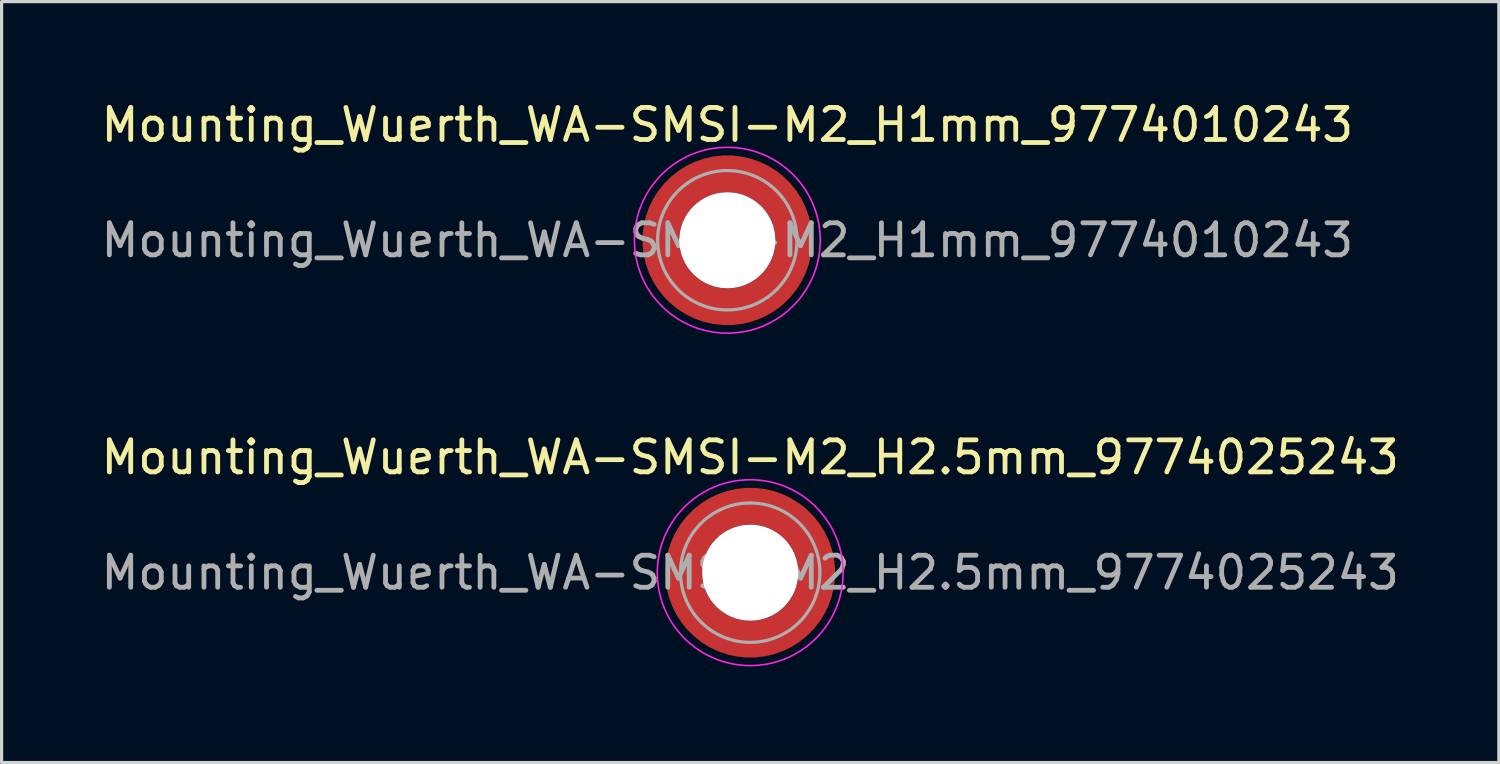
<source format=kicad_pcb>
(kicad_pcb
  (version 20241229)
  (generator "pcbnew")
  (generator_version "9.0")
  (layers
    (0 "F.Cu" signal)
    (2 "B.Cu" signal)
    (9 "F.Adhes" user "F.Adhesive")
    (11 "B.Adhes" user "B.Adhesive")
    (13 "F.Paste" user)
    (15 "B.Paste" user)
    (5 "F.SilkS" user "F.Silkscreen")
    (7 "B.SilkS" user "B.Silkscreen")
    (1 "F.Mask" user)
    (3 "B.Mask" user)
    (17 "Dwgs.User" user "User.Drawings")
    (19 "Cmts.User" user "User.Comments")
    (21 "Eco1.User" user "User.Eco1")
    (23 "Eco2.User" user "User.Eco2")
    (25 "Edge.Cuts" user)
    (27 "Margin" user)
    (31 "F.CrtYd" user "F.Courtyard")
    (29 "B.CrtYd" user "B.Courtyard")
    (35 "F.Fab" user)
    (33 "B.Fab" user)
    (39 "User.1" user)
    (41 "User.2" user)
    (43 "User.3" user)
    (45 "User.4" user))
  (footprint "Mounting_Wuerth_WA-SMSI-M2_H1mm_9774010243"
    (layer "F.Cu")
    (at 19.649 4.448)
    (property "Reference" "Mounting_Wuerth_WA-SMSI-M2_H1mm_9774010243" (at 0 -3.6 0) (layer "F.SilkS") (effects (font (size 1 1) (thickness 0.15))))
    (attr smd)
    (fp_circle (center 0 0) (end 2.9 0) (stroke (width 0.05) (type solid)) (fill no) (layer "F.CrtYd"))
    (fp_circle (center 0 0) (end 2.175 0) (stroke (width 0.1) (type solid)) (fill no) (layer "F.Fab"))
    (fp_text user "${REFERENCE}" (at 0 0 0) (layer "F.Fab") (effects (font (size 1 1) (thickness 0.15))))
    (pad "" smd custom (at -1.453 -1.453) (size 0.61 0.61) (layers "F.Paste") (options (anchor circle)) (primitives (gr_arc (start -0.147677 1.053104) (mid 0.285964 0.286792) (end 1.051968 -0.147393) (width 0.2)) (gr_arc (start -0.240295 1.053104) (mid 0.22253 0.222946) (end 1.052531 -0.24016) (width 0.2)) (gr_arc (start -0.332645 1.053104) (mid 0.158548 0.15965) (end 1.051583 -0.332304) (width 0.2)) (gr_arc (start -0.424767 1.053104) (mid 0.09486 0.096059) (end 1.051446 -0.424413) (width 0.2)) (gr_arc (start -0.516693 1.053104) (mid 0.031293 0.032346) (end 1.051645 -0.516396) (width 0.2)) (gr_arc (start -0.608448 1.053104) (mid -0.032323 -0.031316) (end 1.051707 -0.608176) (width 0.2)) (gr_arc (start -0.700056 1.053104) (mid -0.09616 -0.094758) (end 1.051155 -0.699693) (width 0.2)) (gr_arc (start -0.791534 1.053104) (mid -0.160388 -0.15781) (end 1.049515 -0.790891) (width 0.2)) (gr_arc (start -0.882896 1.053104) (mid -0.223713 -0.221764) (end 1.050388 -0.882429) (width 0.2)) (gr_arc (start -0.974157 1.053104) (mid -0.287654 -0.2851) (end 1.049541 -0.973566) (width 0.2)) (gr_line (start 1.053 -0.148) (end 1.053 -0.974) (width 0.2)) (gr_line (start -0.148 1.053) (end -0.974 1.053) (width 0.2))))
    (pad "" smd custom (at -1.453 1.453) (size 0.61 0.61) (layers "F.Paste") (options (anchor circle)) (primitives (gr_arc (start 1.053104 0.147677) (mid 0.286792 -0.285964) (end -0.147393 -1.051968) (width 0.2)) (gr_arc (start 1.053104 0.240295) (mid 0.222946 -0.22253) (end -0.24016 -1.052531) (width 0.2)) (gr_arc (start 1.053104 0.332645) (mid 0.15965 -0.158548) (end -0.332304 -1.051583) (width 0.2)) (gr_arc (start 1.053104 0.424767) (mid 0.096059 -0.09486) (end -0.424413 -1.051446) (width 0.2)) (gr_arc (start 1.053104 0.516693) (mid 0.032346 -0.031293) (end -0.516396 -1.051645) (width 0.2)) (gr_arc (start 1.053104 0.608448) (mid -0.031316 0.032323) (end -0.608176 -1.051707) (width 0.2)) (gr_arc (start 1.053104 0.700056) (mid -0.094758 0.09616) (end -0.699693 -1.051155) (width 0.2)) (gr_arc (start 1.053104 0.791534) (mid -0.15781 0.160388) (end -0.790891 -1.049515) (width 0.2)) (gr_arc (start 1.053104 0.882896) (mid -0.221765 0.223713) (end -0.882429 -1.050388) (width 0.2)) (gr_arc (start 1.053104 0.974157) (mid -0.2851 0.287654) (end -0.973566 -1.049541) (width 0.2)) (gr_line (start -0.148 -1.053) (end -0.974 -1.053) (width 0.2)) (gr_line (start 1.053 0.148) (end 1.053 0.974) (width 0.2))))
    (pad "" np_thru_hole circle (at 0 0) (size 3 3) (drill 3) (layers "*.Cu" "*.Mask"))
    (pad "" smd custom (at 1.453 -1.453) (size 0.61 0.61) (layers "F.Paste") (options (anchor circle)) (primitives (gr_arc (start -1.053104 -0.147677) (mid -0.286792 0.285964) (end 0.147393 1.051968) (width 0.2)) (gr_arc (start -1.053104 -0.240295) (mid -0.222946 0.22253) (end 0.24016 1.052531) (width 0.2)) (gr_arc (start -1.053104 -0.332645) (mid -0.15965 0.158548) (end 0.332304 1.051583) (width 0.2)) (gr_arc (start -1.053104 -0.424767) (mid -0.096059 0.09486) (end 0.424413 1.051446) (width 0.2)) (gr_arc (start -1.053104 -0.516693) (mid -0.032346 0.031293) (end 0.516396 1.051645) (width 0.2)) (gr_arc (start -1.053104 -0.608448) (mid 0.031316 -0.032323) (end 0.608176 1.051707) (width 0.2)) (gr_arc (start -1.053104 -0.700056) (mid 0.094758 -0.09616) (end 0.699693 1.051155) (width 0.2)) (gr_arc (start -1.053104 -0.791534) (mid 0.15781 -0.160388) (end 0.790891 1.049515) (width 0.2)) (gr_arc (start -1.053104 -0.882896) (mid 0.221764 -0.223713) (end 0.882429 1.050388) (width 0.2)) (gr_arc (start -1.053104 -0.974157) (mid 0.2851 -0.287654) (end 0.973566 1.049541) (width 0.2)) (gr_line (start 0.148 1.053) (end 0.974 1.053) (width 0.2)) (gr_line (start -1.053 -0.148) (end -1.053 -0.974) (width 0.2))))
    (pad "" smd custom (at 1.453 1.453) (size 0.61 0.61) (layers "F.Paste") (options (anchor circle)) (primitives (gr_arc (start 0.147677 -1.053104) (mid -0.285964 -0.286792) (end -1.051968 0.147393) (width 0.2)) (gr_arc (start 0.240295 -1.053104) (mid -0.22253 -0.222946) (end -1.052531 0.24016) (width 0.2)) (gr_arc (start 0.332645 -1.053104) (mid -0.158548 -0.15965) (end -1.051583 0.332304) (width 0.2)) (gr_arc (start 0.424767 -1.053104) (mid -0.09486 -0.096059) (end -1.051446 0.424413) (width 0.2)) (gr_arc (start 0.516693 -1.053104) (mid -0.031293 -0.032346) (end -1.051645 0.516396) (width 0.2)) (gr_arc (start 0.608448 -1.053104) (mid 0.032323 0.031316) (end -1.051707 0.608176) (width 0.2)) (gr_arc (start 0.700056 -1.053104) (mid 0.09616 0.094758) (end -1.051155 0.699693) (width 0.2)) (gr_arc (start 0.791534 -1.053104) (mid 0.160388 0.15781) (end -1.049515 0.790891) (width 0.2)) (gr_arc (start 0.882896 -1.053104) (mid 0.223713 0.221764) (end -1.050388 0.882429) (width 0.2)) (gr_arc (start 0.974157 -1.053104) (mid 0.287654 0.2851) (end -1.049541 0.973566) (width 0.2)) (gr_line (start -1.053 0.148) (end -1.053 0.974) (width 0.2)) (gr_line (start 0.148 -1.053) (end 0.974 -1.053) (width 0.2))))
    (pad "1" smd circle (at -2.075 0) (size 0.75 0.75) (layers "F.Cu"))
    (pad "1" smd circle (at 0 -2.075) (size 0.75 0.75) (layers "F.Cu"))
    (pad "1" smd circle (at 0 2.075) (size 0.75 0.75) (layers "F.Cu"))
    (pad "1" smd custom (at 2.075 0) (size 0.75 0.75) (layers "F.Cu" "F.Mask") (options (anchor circle)) (primitives (gr_circle (center -2.075 0) (end 0 0) (width 1.15) (fill no)))))
  (footprint "Mounting_Wuerth_WA-SMSI-M2_H2.5mm_9774025243"
    (layer "F.Cu")
    (at 20.363 14.822)
    (property "Reference" "Mounting_Wuerth_WA-SMSI-M2_H2.5mm_9774025243" (at 0 -3.6 0) (layer "F.SilkS") (effects (font (size 1 1) (thickness 0.15))))
    (attr smd)
    (fp_circle (center 0 0) (end 2.9 0) (stroke (width 0.05) (type solid)) (fill no) (layer "F.CrtYd"))
    (fp_circle (center 0 0) (end 2.175 0) (stroke (width 0.1) (type solid)) (fill no) (layer "F.Fab"))
    (fp_text user "${REFERENCE}" (at 0 0 0) (layer "F.Fab") (effects (font (size 1 1) (thickness 0.15))))
    (pad "" smd custom (at -1.453 -1.453) (size 0.61 0.61) (layers "F.Paste") (options (anchor circle)) (primitives (gr_arc (start -0.147677 1.053104) (mid 0.285964 0.286792) (end 1.051968 -0.147393) (width 0.2)) (gr_arc (start -0.240295 1.053104) (mid 0.22253 0.222946) (end 1.052531 -0.24016) (width 0.2)) (gr_arc (start -0.332645 1.053104) (mid 0.158548 0.15965) (end 1.051583 -0.332304) (width 0.2)) (gr_arc (start -0.424767 1.053104) (mid 0.09486 0.096059) (end 1.051446 -0.424413) (width 0.2)) (gr_arc (start -0.516693 1.053104) (mid 0.031293 0.032346) (end 1.051645 -0.516396) (width 0.2)) (gr_arc (start -0.608448 1.053104) (mid -0.032323 -0.031316) (end 1.051707 -0.608176) (width 0.2)) (gr_arc (start -0.700056 1.053104) (mid -0.09616 -0.094758) (end 1.051155 -0.699693) (width 0.2)) (gr_arc (start -0.791534 1.053104) (mid -0.160388 -0.15781) (end 1.049515 -0.790891) (width 0.2)) (gr_arc (start -0.882896 1.053104) (mid -0.223713 -0.221764) (end 1.050388 -0.882429) (width 0.2)) (gr_arc (start -0.974157 1.053104) (mid -0.287654 -0.2851) (end 1.049541 -0.973566) (width 0.2)) (gr_line (start 1.053 -0.148) (end 1.053 -0.974) (width 0.2)) (gr_line (start -0.148 1.053) (end -0.974 1.053) (width 0.2))))
    (pad "" smd custom (at -1.453 1.453) (size 0.61 0.61) (layers "F.Paste") (options (anchor circle)) (primitives (gr_arc (start 1.053104 0.147677) (mid 0.286792 -0.285964) (end -0.147393 -1.051968) (width 0.2)) (gr_arc (start 1.053104 0.240295) (mid 0.222946 -0.22253) (end -0.24016 -1.052531) (width 0.2)) (gr_arc (start 1.053104 0.332645) (mid 0.15965 -0.158548) (end -0.332304 -1.051583) (width 0.2)) (gr_arc (start 1.053104 0.424767) (mid 0.096059 -0.09486) (end -0.424413 -1.051446) (width 0.2)) (gr_arc (start 1.053104 0.516693) (mid 0.032346 -0.031293) (end -0.516396 -1.051645) (width 0.2)) (gr_arc (start 1.053104 0.608448) (mid -0.031316 0.032323) (end -0.608176 -1.051707) (width 0.2)) (gr_arc (start 1.053104 0.700056) (mid -0.094758 0.09616) (end -0.699693 -1.051155) (width 0.2)) (gr_arc (start 1.053104 0.791534) (mid -0.15781 0.160388) (end -0.790891 -1.049515) (width 0.2)) (gr_arc (start 1.053104 0.882896) (mid -0.221765 0.223713) (end -0.882429 -1.050388) (width 0.2)) (gr_arc (start 1.053104 0.974157) (mid -0.2851 0.287654) (end -0.973566 -1.049541) (width 0.2)) (gr_line (start -0.148 -1.053) (end -0.974 -1.053) (width 0.2)) (gr_line (start 1.053 0.148) (end 1.053 0.974) (width 0.2))))
    (pad "" np_thru_hole circle (at 0 0) (size 3 3) (drill 3) (layers "*.Cu" "*.Mask"))
    (pad "" smd custom (at 1.453 -1.453) (size 0.61 0.61) (layers "F.Paste") (options (anchor circle)) (primitives (gr_arc (start -1.053104 -0.147677) (mid -0.286792 0.285964) (end 0.147393 1.051968) (width 0.2)) (gr_arc (start -1.053104 -0.240295) (mid -0.222946 0.22253) (end 0.24016 1.052531) (width 0.2)) (gr_arc (start -1.053104 -0.332645) (mid -0.15965 0.158548) (end 0.332304 1.051583) (width 0.2)) (gr_arc (start -1.053104 -0.424767) (mid -0.096059 0.09486) (end 0.424413 1.051446) (width 0.2)) (gr_arc (start -1.053104 -0.516693) (mid -0.032346 0.031293) (end 0.516396 1.051645) (width 0.2)) (gr_arc (start -1.053104 -0.608448) (mid 0.031316 -0.032323) (end 0.608176 1.051707) (width 0.2)) (gr_arc (start -1.053104 -0.700056) (mid 0.094758 -0.09616) (end 0.699693 1.051155) (width 0.2)) (gr_arc (start -1.053104 -0.791534) (mid 0.15781 -0.160388) (end 0.790891 1.049515) (width 0.2)) (gr_arc (start -1.053104 -0.882896) (mid 0.221764 -0.223713) (end 0.882429 1.050388) (width 0.2)) (gr_arc (start -1.053104 -0.974157) (mid 0.2851 -0.287654) (end 0.973566 1.049541) (width 0.2)) (gr_line (start 0.148 1.053) (end 0.974 1.053) (width 0.2)) (gr_line (start -1.053 -0.148) (end -1.053 -0.974) (width 0.2))))
    (pad "" smd custom (at 1.453 1.453) (size 0.61 0.61) (layers "F.Paste") (options (anchor circle)) (primitives (gr_arc (start 0.147677 -1.053104) (mid -0.285964 -0.286792) (end -1.051968 0.147393) (width 0.2)) (gr_arc (start 0.240295 -1.053104) (mid -0.22253 -0.222946) (end -1.052531 0.24016) (width 0.2)) (gr_arc (start 0.332645 -1.053104) (mid -0.158548 -0.15965) (end -1.051583 0.332304) (width 0.2)) (gr_arc (start 0.424767 -1.053104) (mid -0.09486 -0.096059) (end -1.051446 0.424413) (width 0.2)) (gr_arc (start 0.516693 -1.053104) (mid -0.031293 -0.032346) (end -1.051645 0.516396) (width 0.2)) (gr_arc (start 0.608448 -1.053104) (mid 0.032323 0.031316) (end -1.051707 0.608176) (width 0.2)) (gr_arc (start 0.700056 -1.053104) (mid 0.09616 0.094758) (end -1.051155 0.699693) (width 0.2)) (gr_arc (start 0.791534 -1.053104) (mid 0.160388 0.15781) (end -1.049515 0.790891) (width 0.2)) (gr_arc (start 0.882896 -1.053104) (mid 0.223713 0.221764) (end -1.050388 0.882429) (width 0.2)) (gr_arc (start 0.974157 -1.053104) (mid 0.287654 0.2851) (end -1.049541 0.973566) (width 0.2)) (gr_line (start -1.053 0.148) (end -1.053 0.974) (width 0.2)) (gr_line (start 0.148 -1.053) (end 0.974 -1.053) (width 0.2))))
    (pad "1" smd circle (at -2.075 0) (size 0.75 0.75) (layers "F.Cu"))
    (pad "1" smd circle (at 0 -2.075) (size 0.75 0.75) (layers "F.Cu"))
    (pad "1" smd circle (at 0 2.075) (size 0.75 0.75) (layers "F.Cu"))
    (pad "1" smd custom (at 2.075 0) (size 0.75 0.75) (layers "F.Cu" "F.Mask") (options (anchor circle)) (primitives (gr_circle (center -2.075 0) (end 0 0) (width 1.15) (fill no)))))
  (gr_rect
    (start -3 -3)
    (end 43.726 20.747)
    (stroke (width 0.1) (type default))
    (fill no)
    (layer "Edge.Cuts")))
</source>
